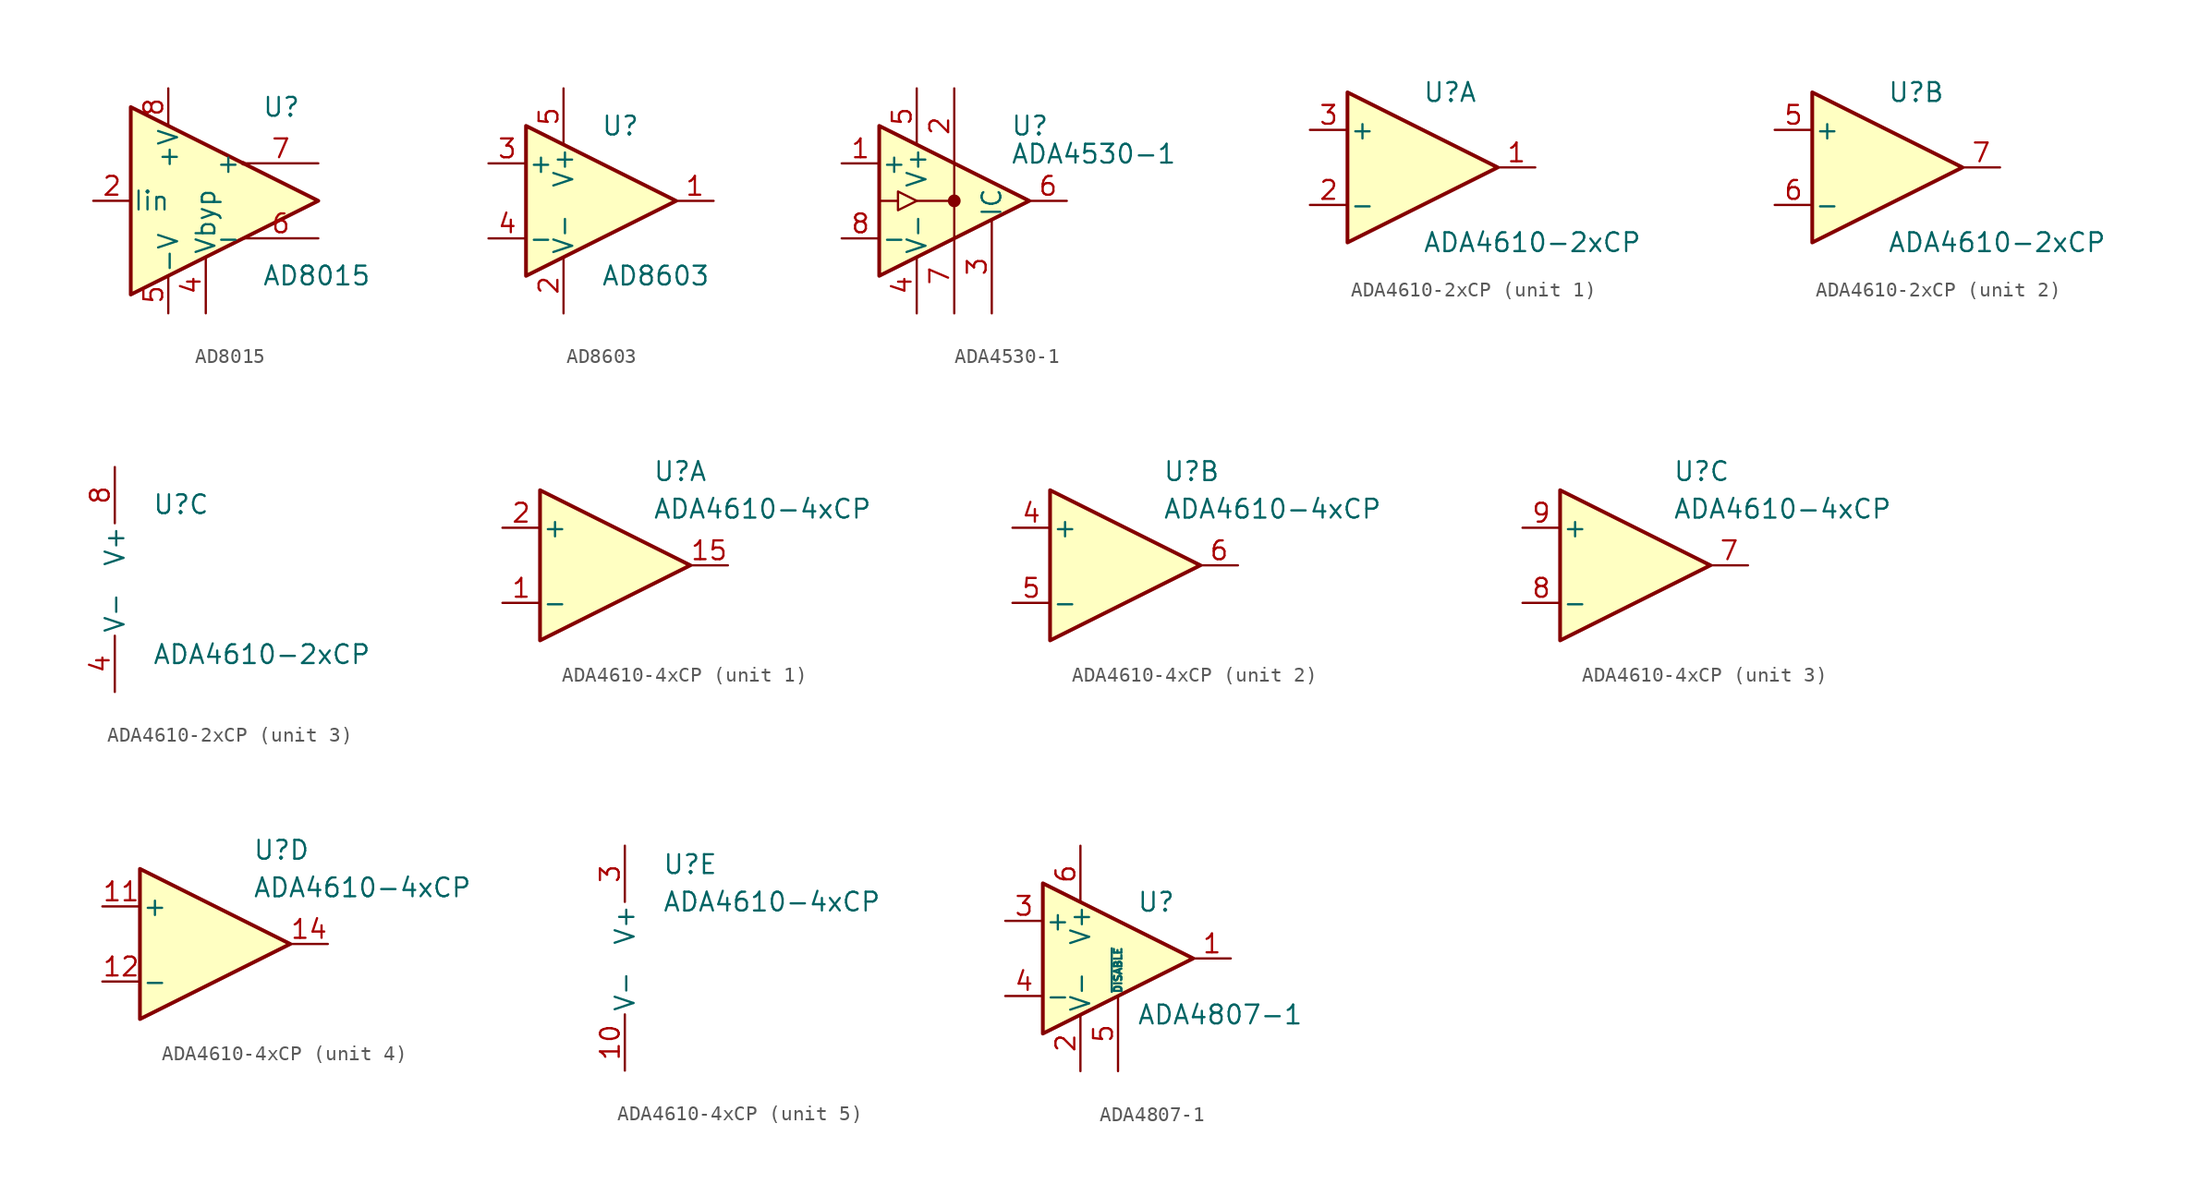
<source format=kicad_sym>
(kicad_symbol_lib
  (version 20201005)
  (generator kicad_symbol_editor)
  (symbol "Amplifier_Operational:AD8015"
    (pin_names
      (offset 0.127))
    (property "Reference" "U"
      (at 3.81 6.35 0)
      (effects (font (size 1.27 1.27)) (justify left)))
    (property "Value" "AD8015"
      (at 3.81 -5.08 0)
      (effects (font (size 1.27 1.27)) (justify left)))
    (symbol "AD8015_0_1"
      (circle (center 2.54 2.54) (radius 0) (stroke (width 0)) (fill (type none)))
      (polyline (pts (xy -5.08 6.35) (xy -5.08 -6.35) (xy 7.62 0) (xy -5.08 6.35)) (stroke (width 0.254)) (fill (type background))))
    (symbol "AD8015_1_1"
      (pin no_connect line (at -5.08 2.54 0) (length 2.54) hide (name "NC" (effects (font (size 1.27 1.27)))) (number "1" (effects (font (size 1.27 1.27)))))
      (pin input line (at -7.62 0 0) (length 2.54) (name "Iin" (effects (font (size 1.27 1.27)))) (number "2" (effects (font (size 1.27 1.27)))))
      (pin no_connect line (at -5.08 -2.54 0) (length 2.54) hide (name "NC" (effects (font (size 1.27 1.27)))) (number "3" (effects (font (size 1.27 1.27)))))
      (pin input line (at 0 -7.62 90) (length 3.81) (name "Vbyp" (effects (font (size 1.27 1.27)))) (number "4" (effects (font (size 1.27 1.27)))))
      (pin power_in line (at -2.54 -7.62 90) (length 2.54) (name "-V" (effects (font (size 1.27 1.27)))) (number "5" (effects (font (size 1.27 1.27)))))
      (pin output line (at 7.62 -2.54 180) (length 5.08) (name "-" (effects (font (size 1.27 1.27)))) (number "6" (effects (font (size 1.27 1.27)))))
      (pin output line (at 7.62 2.54 180) (length 5.08) (name "+" (effects (font (size 1.27 1.27)))) (number "7" (effects (font (size 1.27 1.27)))))
      (pin power_in line (at -2.54 7.62 270) (length 2.54) (name "+V" (effects (font (size 1.27 1.27)))) (number "8" (effects (font (size 1.27 1.27)))))))
  (symbol "Amplifier_Operational:AD8603"
    (pin_names
      (offset 0.127))
    (property "Reference" "U"
      (at 0 5.08 0)
      (effects (font (size 1.27 1.27)) (justify left)))
    (property "Value" "AD8603"
      (at 0 -5.08 0)
      (effects (font (size 1.27 1.27)) (justify left)))
    (symbol "AD8603_0_1"
      (polyline (pts (xy -5.08 5.08) (xy 5.08 0) (xy -5.08 -5.08) (xy -5.08 5.08)) (stroke (width 0.254)) (fill (type background)))
      (pin power_in line (at -2.54 -7.62 90) (length 3.81) (name "V-" (effects (font (size 1.27 1.27)))) (number "2" (effects (font (size 1.27 1.27)))))
      (pin power_in line (at -2.54 7.62 270) (length 3.81) (name "V+" (effects (font (size 1.27 1.27)))) (number "5" (effects (font (size 1.27 1.27))))))
    (symbol "AD8603_1_1"
      (pin output line (at 7.62 0 180) (length 2.54) (name "~" (effects (font (size 1.27 1.27)))) (number "1" (effects (font (size 1.27 1.27)))))
      (pin input line (at -7.62 2.54 0) (length 2.54) (name "+" (effects (font (size 1.27 1.27)))) (number "3" (effects (font (size 1.27 1.27)))))
      (pin input line (at -7.62 -2.54 0) (length 2.54) (name "-" (effects (font (size 1.27 1.27)))) (number "4" (effects (font (size 1.27 1.27)))))))
  (symbol "Amplifier_Operational:ADA4530-1"
    (pin_names
      (offset 0.127))
    (property "Reference" "U"
      (at 3.81 5.08 0)
      (effects (font (size 1.27 1.27)) (justify left)))
    (property "Value" "ADA4530-1"
      (at 3.81 3.175 0)
      (effects (font (size 1.27 1.27)) (justify left)))
    (symbol "ADA4530-1_0_1"
      (circle (center 0 0) (radius 0.356) (stroke (width 0)) (fill (type outline)))
      (polyline (pts (xy -3.81 0) (xy -5.08 0)) (stroke (width 0)) (fill (type none)))
      (polyline (pts (xy -2.54 0) (xy 0 0)) (stroke (width 0)) (fill (type none)))
      (polyline (pts (xy 0 2.54) (xy 0 -2.54)) (stroke (width 0)) (fill (type none)))
      (polyline (pts (xy -3.81 -0.635) (xy -3.81 0.635) (xy -2.54 0) (xy -3.81 -0.635)) (stroke (width 0)) (fill (type none)))
      (polyline (pts (xy -5.08 5.08) (xy 5.08 0) (xy -5.08 -5.08) (xy -5.08 5.08)) (stroke (width 0.254)) (fill (type background))))
    (symbol "ADA4530-1_1_1"
      (pin input line (at -7.62 2.54 0) (length 2.54) (name "+" (effects (font (size 1.27 1.27)))) (number "1" (effects (font (size 1.27 1.27)))))
      (pin passive line (at 0 7.62 270) (length 5.08) (name "~" (effects (font (size 1.27 1.27)))) (number "2" (effects (font (size 1.27 1.27)))))
      (pin passive line (at 2.54 -7.62 90) (length 6.35) (name "IC" (effects (font (size 1.27 1.27)))) (number "3" (effects (font (size 1.27 1.27)))))
      (pin power_in line (at -2.54 -7.62 90) (length 3.81) (name "V-" (effects (font (size 1.27 1.27)))) (number "4" (effects (font (size 1.27 1.27)))))
      (pin power_in line (at -2.54 7.62 270) (length 3.81) (name "V+" (effects (font (size 1.27 1.27)))) (number "5" (effects (font (size 1.27 1.27)))))
      (pin output line (at 7.62 0 180) (length 2.54) (name "~" (effects (font (size 1.27 1.27)))) (number "6" (effects (font (size 1.27 1.27)))))
      (pin passive line (at 0 -7.62 90) (length 5.08) (name "~" (effects (font (size 1.27 1.27)))) (number "7" (effects (font (size 1.27 1.27)))))
      (pin input line (at -7.62 -2.54 0) (length 2.54) (name "-" (effects (font (size 1.27 1.27)))) (number "8" (effects (font (size 1.27 1.27)))))))
  (symbol "Amplifier_Operational:ADA4610-2xCP"
    (pin_names
      (offset 0.127))
    (property "Reference" "U"
      (at 0 5.08 0)
      (effects (font (size 1.27 1.27)) (justify left)))
    (property "Value" "ADA4610-2xCP"
      (at 0 -5.08 0)
      (effects (font (size 1.27 1.27)) (justify left)))
    (property "ki_locked" ""
      (at 0 0 0)
      (effects (font (size 1.27 1.27))))
    (symbol "ADA4610-2xCP_1_1"
      (polyline (pts (xy -5.08 5.08) (xy 5.08 0) (xy -5.08 -5.08) (xy -5.08 5.08)) (stroke (width 0.254)) (fill (type background)))
      (pin output line (at 7.62 0 180) (length 2.54) (name "~" (effects (font (size 1.27 1.27)))) (number "1" (effects (font (size 1.27 1.27)))))
      (pin input line (at -7.62 -2.54 0) (length 2.54) (name "-" (effects (font (size 1.27 1.27)))) (number "2" (effects (font (size 1.27 1.27)))))
      (pin input line (at -7.62 2.54 0) (length 2.54) (name "+" (effects (font (size 1.27 1.27)))) (number "3" (effects (font (size 1.27 1.27))))))
    (symbol "ADA4610-2xCP_2_1"
      (polyline (pts (xy -5.08 5.08) (xy 5.08 0) (xy -5.08 -5.08) (xy -5.08 5.08)) (stroke (width 0.254)) (fill (type background)))
      (pin input line (at -7.62 2.54 0) (length 2.54) (name "+" (effects (font (size 1.27 1.27)))) (number "5" (effects (font (size 1.27 1.27)))))
      (pin input line (at -7.62 -2.54 0) (length 2.54) (name "-" (effects (font (size 1.27 1.27)))) (number "6" (effects (font (size 1.27 1.27)))))
      (pin output line (at 7.62 0 180) (length 2.54) (name "~" (effects (font (size 1.27 1.27)))) (number "7" (effects (font (size 1.27 1.27))))))
    (symbol "ADA4610-2xCP_3_1"
      (pin power_in line (at -2.54 -7.62 90) (length 3.81) (name "V-" (effects (font (size 1.27 1.27)))) (number "4" (effects (font (size 1.27 1.27)))))
      (pin power_in line (at -2.54 7.62 270) (length 3.81) (name "V+" (effects (font (size 1.27 1.27)))) (number "8" (effects (font (size 1.27 1.27)))))
      (pin passive line (at -2.54 -7.62 90) (length 3.81) hide (name "V-" (effects (font (size 1.27 1.27)))) (number "9" (effects (font (size 1.27 1.27)))))))
  (symbol "Amplifier_Operational:ADA4610-4xCP"
    (pin_names
      (offset 0.127))
    (property "Reference" "U"
      (at 2.54 6.35 0)
      (effects (font (size 1.27 1.27)) (justify left)))
    (property "Value" "ADA4610-4xCP"
      (at 2.54 3.81 0)
      (effects (font (size 1.27 1.27)) (justify left)))
    (property "ki_locked" ""
      (at 0 0 0)
      (effects (font (size 1.27 1.27))))
    (symbol "ADA4610-4xCP_1_1"
      (polyline (pts (xy 5.08 0) (xy -5.08 5.08) (xy -5.08 -5.08) (xy 5.08 0)) (stroke (width 0.254)) (fill (type background)))
      (pin input line (at -7.62 -2.54 0) (length 2.54) (name "-" (effects (font (size 1.27 1.27)))) (number "1" (effects (font (size 1.27 1.27)))))
      (pin no_connect line (at 0 2.54 270) (length 2.54) hide (name "NIC" (effects (font (size 1.27 1.27)))) (number "13" (effects (font (size 1.27 1.27)))))
      (pin output line (at 7.62 0 180) (length 2.54) (name "~" (effects (font (size 1.27 1.27)))) (number "15" (effects (font (size 1.27 1.27)))))
      (pin no_connect line (at 0 -2.54 90) (length 2.54) hide (name "NIC" (effects (font (size 1.27 1.27)))) (number "16" (effects (font (size 1.27 1.27)))))
      (pin input line (at -7.62 2.54 0) (length 2.54) (name "+" (effects (font (size 1.27 1.27)))) (number "2" (effects (font (size 1.27 1.27))))))
    (symbol "ADA4610-4xCP_2_1"
      (polyline (pts (xy -5.08 5.08) (xy -5.08 -5.08) (xy 5.08 0) (xy -5.08 5.08)) (stroke (width 0.254)) (fill (type background)))
      (pin input line (at -7.62 2.54 0) (length 2.54) (name "+" (effects (font (size 1.27 1.27)))) (number "4" (effects (font (size 1.27 1.27)))))
      (pin input line (at -7.62 -2.54 0) (length 2.54) (name "-" (effects (font (size 1.27 1.27)))) (number "5" (effects (font (size 1.27 1.27)))))
      (pin output line (at 7.62 0 180) (length 2.54) (name "~" (effects (font (size 1.27 1.27)))) (number "6" (effects (font (size 1.27 1.27))))))
    (symbol "ADA4610-4xCP_3_1"
      (polyline (pts (xy 5.08 0) (xy -5.08 5.08) (xy -5.08 -5.08) (xy 5.08 0)) (stroke (width 0.254)) (fill (type background)))
      (pin output line (at 7.62 0 180) (length 2.54) (name "~" (effects (font (size 1.27 1.27)))) (number "7" (effects (font (size 1.27 1.27)))))
      (pin input line (at -7.62 -2.54 0) (length 2.54) (name "-" (effects (font (size 1.27 1.27)))) (number "8" (effects (font (size 1.27 1.27)))))
      (pin input line (at -7.62 2.54 0) (length 2.54) (name "+" (effects (font (size 1.27 1.27)))) (number "9" (effects (font (size 1.27 1.27))))))
    (symbol "ADA4610-4xCP_4_1"
      (polyline (pts (xy -5.08 5.08) (xy 5.08 0) (xy -5.08 -5.08) (xy -5.08 5.08)) (stroke (width 0.254)) (fill (type background)))
      (pin input line (at -7.62 2.54 0) (length 2.54) (name "+" (effects (font (size 1.27 1.27)))) (number "11" (effects (font (size 1.27 1.27)))))
      (pin input line (at -7.62 -2.54 0) (length 2.54) (name "-" (effects (font (size 1.27 1.27)))) (number "12" (effects (font (size 1.27 1.27)))))
      (pin output line (at 7.62 0 180) (length 2.54) (name "~" (effects (font (size 1.27 1.27)))) (number "14" (effects (font (size 1.27 1.27))))))
    (symbol "ADA4610-4xCP_5_1"
      (pin power_in line (at 0 -7.62 90) (length 3.81) (name "V-" (effects (font (size 1.27 1.27)))) (number "10" (effects (font (size 1.27 1.27)))))
      (pin passive line (at 0 -7.62 90) (length 3.81) hide (name "V-" (effects (font (size 1.27 1.27)))) (number "17" (effects (font (size 1.27 1.27)))))
      (pin power_in line (at 0 7.62 270) (length 3.81) (name "V+" (effects (font (size 1.27 1.27)))) (number "3" (effects (font (size 1.27 1.27)))))))
  (symbol "Amplifier_Operational:ADA4807-1"
    (pin_names
      (offset 0.127))
    (property "Reference" "U"
      (at 1.27 3.81 0)
      (effects (font (size 1.27 1.27)) (justify left)))
    (property "Value" "ADA4807-1"
      (at 1.27 -3.81 0)
      (effects (font (size 1.27 1.27)) (justify left)))
    (symbol "ADA4807-1_0_1"
      (polyline (pts (xy -5.08 5.08) (xy 5.08 0) (xy -5.08 -5.08) (xy -5.08 5.08)) (stroke (width 0.254)) (fill (type background))))
    (symbol "ADA4807-1_1_1"
      (pin output line (at 7.62 0 180) (length 2.54) (name "~" (effects (font (size 1.27 1.27)))) (number "1" (effects (font (size 1.27 1.27)))))
      (pin power_in line (at -2.54 -7.62 90) (length 3.81) (name "V-" (effects (font (size 1.27 1.27)))) (number "2" (effects (font (size 1.27 1.27)))))
      (pin input line (at -7.62 2.54 0) (length 2.54) (name "+" (effects (font (size 1.27 1.27)))) (number "3" (effects (font (size 1.27 1.27)))))
      (pin input line (at -7.62 -2.54 0) (length 2.54) (name "-" (effects (font (size 1.27 1.27)))) (number "4" (effects (font (size 1.27 1.27)))))
      (pin input line (at 0 -7.62 90) (length 5.08) (name "~DISABLE" (effects (font (size 0.508 0.508)))) (number "5" (effects (font (size 1.27 1.27)))))
      (pin power_in line (at -2.54 7.62 270) (length 3.81) (name "V+" (effects (font (size 1.27 1.27)))) (number "6" (effects (font (size 1.27 1.27))))))))
</source>
